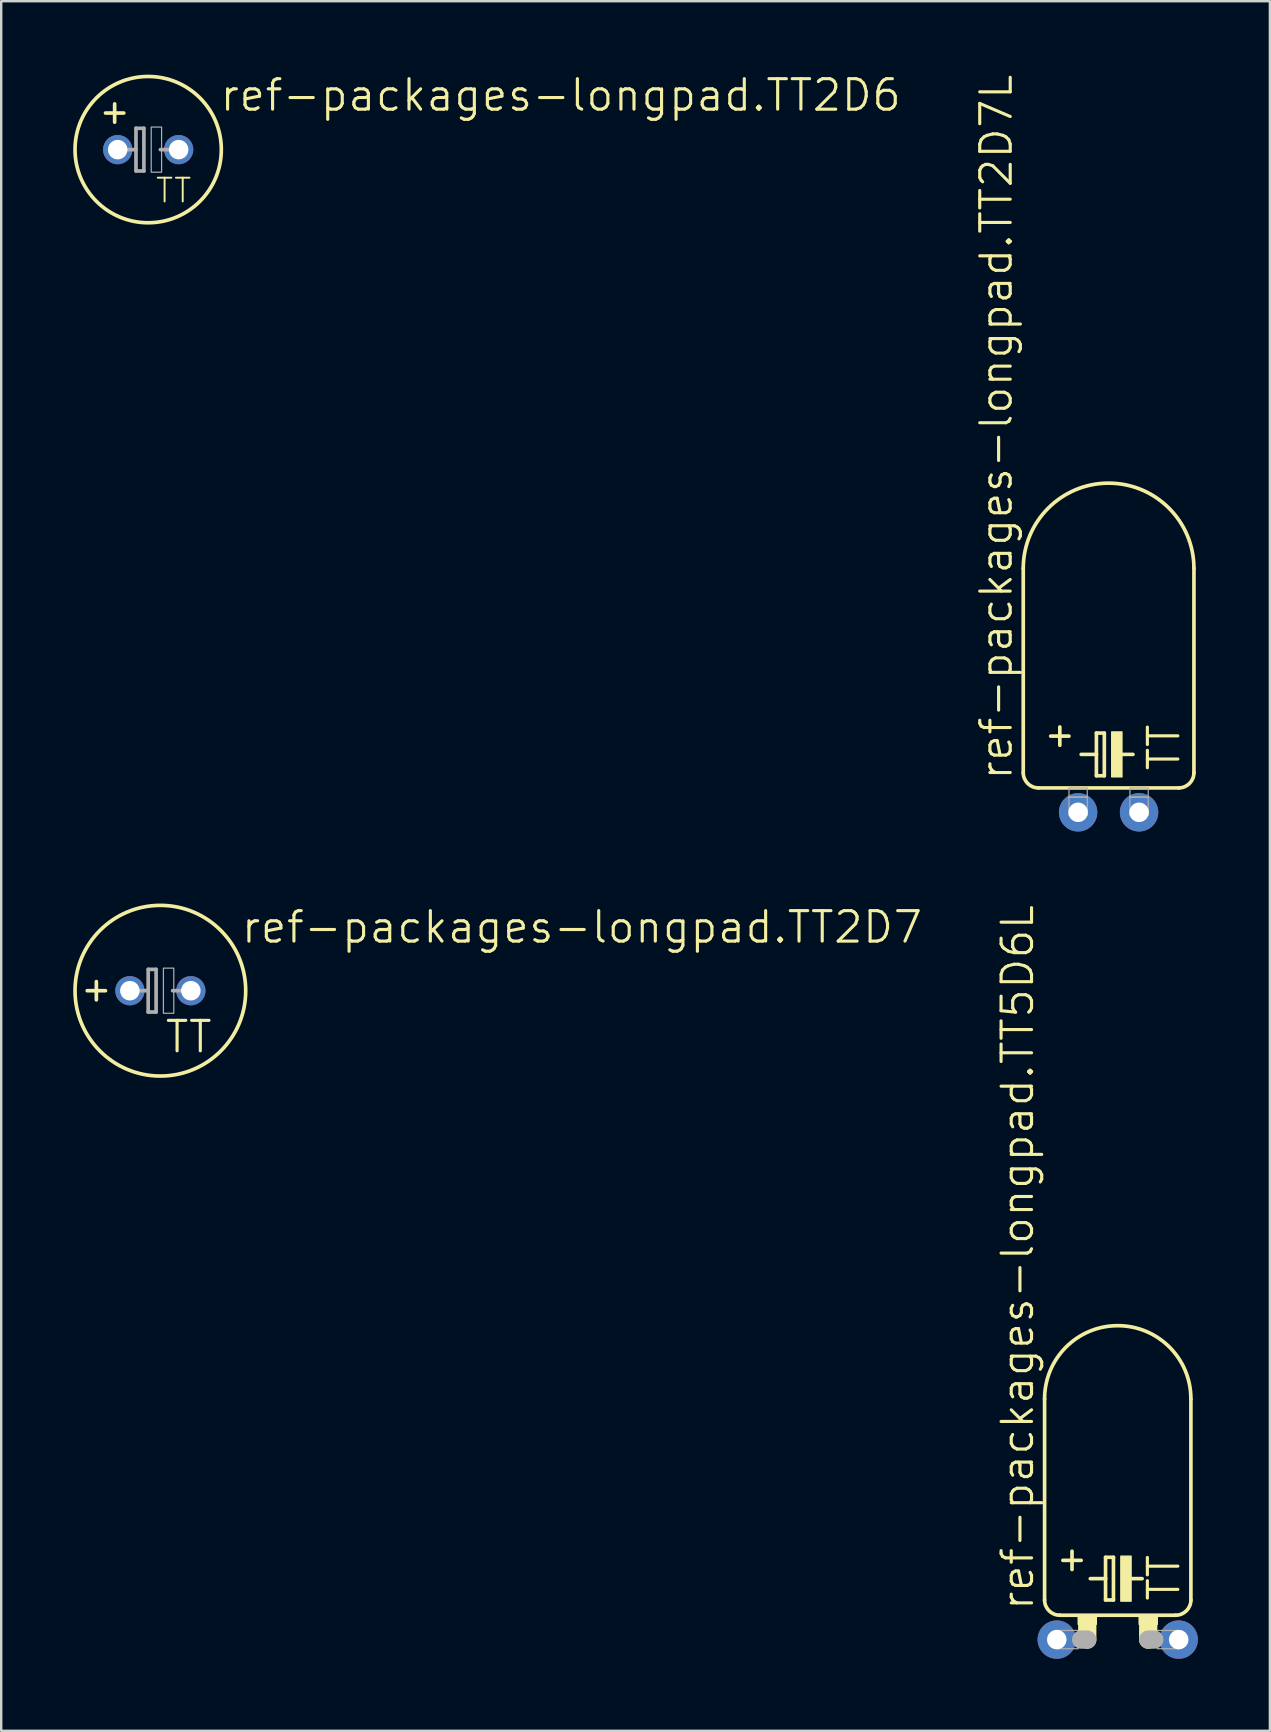
<source format=kicad_pcb>
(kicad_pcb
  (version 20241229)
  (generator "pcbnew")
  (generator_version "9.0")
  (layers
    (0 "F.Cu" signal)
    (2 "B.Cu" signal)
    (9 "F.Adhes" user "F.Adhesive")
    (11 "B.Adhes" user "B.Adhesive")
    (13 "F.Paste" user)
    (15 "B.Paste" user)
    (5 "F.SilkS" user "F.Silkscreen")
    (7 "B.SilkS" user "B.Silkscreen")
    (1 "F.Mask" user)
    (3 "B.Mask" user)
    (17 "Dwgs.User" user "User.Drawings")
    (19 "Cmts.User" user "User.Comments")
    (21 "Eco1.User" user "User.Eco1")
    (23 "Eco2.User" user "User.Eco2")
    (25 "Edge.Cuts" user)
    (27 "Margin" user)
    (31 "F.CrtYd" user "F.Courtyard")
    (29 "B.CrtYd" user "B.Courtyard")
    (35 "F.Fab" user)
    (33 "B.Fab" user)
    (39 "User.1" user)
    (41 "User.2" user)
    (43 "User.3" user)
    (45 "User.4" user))
  (footprint "ref-packages-longpad.TT2D6"
    (layer "F.Cu")
    (at 3.124 3.184)
    (property "Reference" "ref-packages-longpad.TT2D6" (at 2.921 -1.524 0) (layer "F.SilkS") (effects (font (size 1.27 1.27) (thickness 0.13)) (justify left bottom)))
    (attr through_hole)
    (fp_line (start -1.778 -1.524) (end -1.016 -1.524) (stroke (width 0.152) (type default)) (layer "F.SilkS"))
    (fp_line (start -1.397 -1.143) (end -1.397 -1.905) (stroke (width 0.152) (type default)) (layer "F.SilkS"))
    (fp_circle (center 0 0) (end 3.048 0) (stroke (width 0.152) (type default)) (fill no) (layer "F.SilkS"))
    (fp_line (start -1.016 0) (end -0.508 0) (stroke (width 0.152) (type default)) (layer "F.Fab"))
    (fp_line (start -0.508 -0.889) (end -0.508 0) (stroke (width 0.152) (type default)) (layer "F.Fab"))
    (fp_line (start -0.508 0) (end -0.508 0.889) (stroke (width 0.152) (type default)) (layer "F.Fab"))
    (fp_line (start -0.508 0.889) (end -0.178 0.889) (stroke (width 0.152) (type default)) (layer "F.Fab"))
    (fp_line (start -0.178 -0.889) (end -0.508 -0.889) (stroke (width 0.152) (type default)) (layer "F.Fab"))
    (fp_line (start -0.178 0.889) (end -0.178 -0.889) (stroke (width 0.152) (type default)) (layer "F.Fab"))
    (fp_line (start 0.508 0) (end 1.016 0) (stroke (width 0.152) (type default)) (layer "F.Fab"))
    (fp_rect (start 0.127 0.94) (end 0.559 -0.94) (stroke (width 0.05) (type default)) (fill no) (layer "F.Fab"))
    (fp_text user "TT" (at 0.254 2.286 0) (layer "F.SilkS") (effects (font (size 0.991 0.991) (thickness 0.08)) (justify left bottom)))
    (pad "+" thru_hole circle (at -1.27 0) (size 1.219 1.219) (drill 0.813) (layers "*.Cu" "*.Mask"))
    (pad "-" thru_hole circle (at 1.27 0) (size 1.219 1.219) (drill 0.813) (layers "*.Cu" "*.Mask")))
  (footprint "ref-packages-longpad.TT2D7"
    (layer "F.Cu")
    (at 3.632 38.23)
    (property "Reference" "ref-packages-longpad.TT2D7" (at 3.302 -1.905 0) (layer "F.SilkS") (effects (font (size 1.27 1.27) (thickness 0.13)) (justify left bottom)))
    (attr through_hole)
    (fp_line (start -2.667 0.381) (end -2.667 -0.381) (stroke (width 0.152) (type default)) (layer "F.SilkS"))
    (fp_line (start -2.286 0) (end -3.048 0) (stroke (width 0.152) (type default)) (layer "F.SilkS"))
    (fp_circle (center 0 0) (end 3.556 0) (stroke (width 0.152) (type default)) (fill no) (layer "F.SilkS"))
    (fp_line (start -1.016 0) (end -0.508 0) (stroke (width 0.152) (type default)) (layer "F.Fab"))
    (fp_line (start -0.508 -0.889) (end -0.508 0) (stroke (width 0.152) (type default)) (layer "F.Fab"))
    (fp_line (start -0.508 0) (end -0.508 0.889) (stroke (width 0.152) (type default)) (layer "F.Fab"))
    (fp_line (start -0.508 0.889) (end -0.178 0.889) (stroke (width 0.152) (type default)) (layer "F.Fab"))
    (fp_line (start -0.178 -0.889) (end -0.508 -0.889) (stroke (width 0.152) (type default)) (layer "F.Fab"))
    (fp_line (start -0.178 0.889) (end -0.178 -0.889) (stroke (width 0.152) (type default)) (layer "F.Fab"))
    (fp_line (start 0.508 0) (end 1.016 0) (stroke (width 0.152) (type default)) (layer "F.Fab"))
    (fp_rect (start 0.127 0.94) (end 0.559 -0.94) (stroke (width 0.05) (type default)) (fill no) (layer "F.Fab"))
    (fp_text user "TT" (at 0.127 2.667 0) (layer "F.SilkS") (effects (font (size 1.27 1.27) (thickness 0.13)) (justify left bottom)))
    (pad "+" thru_hole circle (at -1.27 0) (size 1.219 1.219) (drill 0.813) (layers "*.Cu" "*.Mask"))
    (pad "-" thru_hole circle (at 1.27 0) (size 1.219 1.219) (drill 0.813) (layers "*.Cu" "*.Mask")))
  (footprint "ref-packages-longpad.TT5D6L"
    (layer "F.Cu")
    (at 43.523 65.268)
    (property "Reference" "ref-packages-longpad.TT5D6L" (at -3.429 -1.143 90) (layer "F.SilkS") (effects (font (size 1.27 1.27) (thickness 0.13)) (justify left bottom)))
    (attr through_hole)
    (fp_line (start -3.048 -10.033) (end -3.048 -1.651) (stroke (width 0.152) (type default)) (layer "F.SilkS"))
    (fp_line (start -2.413 -1.016) (end 2.413 -1.016) (stroke (width 0.152) (type default)) (layer "F.SilkS"))
    (fp_line (start -2.286 -3.302) (end -1.524 -3.302) (stroke (width 0.152) (type default)) (layer "F.SilkS"))
    (fp_line (start -1.905 -2.921) (end -1.905 -3.683) (stroke (width 0.152) (type default)) (layer "F.SilkS"))
    (fp_line (start -1.27 -0.635) (end -1.27 0) (stroke (width 0.762) (type default)) (layer "F.SilkS"))
    (fp_line (start -1.143 -2.54) (end -0.508 -2.54) (stroke (width 0.152) (type default)) (layer "F.SilkS"))
    (fp_line (start -0.508 -3.429) (end -0.508 -2.54) (stroke (width 0.152) (type default)) (layer "F.SilkS"))
    (fp_line (start -0.508 -2.54) (end -0.508 -1.651) (stroke (width 0.152) (type default)) (layer "F.SilkS"))
    (fp_line (start -0.508 -1.651) (end -0.178 -1.651) (stroke (width 0.152) (type default)) (layer "F.SilkS"))
    (fp_line (start -0.178 -3.429) (end -0.508 -3.429) (stroke (width 0.152) (type default)) (layer "F.SilkS"))
    (fp_line (start -0.178 -1.651) (end -0.178 -3.429) (stroke (width 0.152) (type default)) (layer "F.SilkS"))
    (fp_line (start 0.508 -2.54) (end 1.016 -2.54) (stroke (width 0.152) (type default)) (layer "F.SilkS"))
    (fp_line (start 1.27 -0.635) (end 1.27 0) (stroke (width 0.762) (type default)) (layer "F.SilkS"))
    (fp_line (start 3.048 -10.033) (end 3.048 -1.651) (stroke (width 0.152) (type default)) (layer "F.SilkS"))
    (fp_rect (start -1.651 -0.635) (end -0.889 -1.016) (stroke (width 0.05) (type default)) (fill yes) (layer "F.SilkS"))
    (fp_rect (start 0.127 -1.6) (end 0.559 -3.48) (stroke (width 0.05) (type default)) (fill yes) (layer "F.SilkS"))
    (fp_rect (start 0.889 -0.635) (end 1.651 -1.016) (stroke (width 0.05) (type default)) (fill yes) (layer "F.SilkS"))
    (fp_arc (start -3.048 -10.033) (mid 0 -13.081) (end 3.048 -10.033) (stroke (width 0.1524) (type default)) (layer "F.SilkS"))
    (fp_arc (start -2.413 -1.016) (mid -2.862013 -1.201987) (end -3.048 -1.651) (stroke (width 0.1524) (type default)) (layer "F.SilkS"))
    (fp_arc (start 3.048 -1.651) (mid 2.862013 -1.201987) (end 2.413 -1.016) (stroke (width 0.1524) (type default)) (layer "F.SilkS"))
    (fp_line (start -1.524 0) (end -1.27 0) (stroke (width 0.762) (type default)) (layer "F.Fab"))
    (fp_line (start 1.524 0) (end 1.27 0) (stroke (width 0.762) (type default)) (layer "F.Fab"))
    (fp_rect (start -2.54 0.381) (end -1.651 -0.381) (stroke (width 0.05) (type default)) (fill no) (layer "F.Fab"))
    (fp_rect (start 1.651 0.381) (end 2.54 -0.381) (stroke (width 0.05) (type default)) (fill no) (layer "F.Fab"))
    (fp_text user "TT" (at 2.667 -1.524 90) (layer "F.SilkS") (effects (font (size 1.27 1.27) (thickness 0.13)) (justify left bottom)))
    (pad "+" thru_hole circle (at -2.54 0) (size 1.6 1.6) (drill 0.813) (layers "*.Cu" "*.Mask"))
    (pad "-" thru_hole circle (at 2.54 0) (size 1.6 1.6) (drill 0.813) (layers "*.Cu" "*.Mask")))
  (footprint "ref-packages-longpad.TT2D7L"
    (layer "F.Cu")
    (at 43.142 30.797)
    (property "Reference" "ref-packages-longpad.TT2D7L" (at -3.937 -1.27 90) (layer "F.SilkS") (effects (font (size 1.27 1.27) (thickness 0.13)) (justify left bottom)))
    (attr through_hole)
    (fp_line (start -3.556 -10.16) (end -3.556 -1.651) (stroke (width 0.152) (type default)) (layer "F.SilkS"))
    (fp_line (start -2.921 -1.016) (end 2.921 -1.016) (stroke (width 0.152) (type default)) (layer "F.SilkS"))
    (fp_line (start -2.413 -3.175) (end -1.651 -3.175) (stroke (width 0.152) (type default)) (layer "F.SilkS"))
    (fp_line (start -2.032 -2.794) (end -2.032 -3.556) (stroke (width 0.152) (type default)) (layer "F.SilkS"))
    (fp_line (start -1.143 -2.413) (end -0.508 -2.413) (stroke (width 0.152) (type default)) (layer "F.SilkS"))
    (fp_line (start -0.508 -3.302) (end -0.508 -2.413) (stroke (width 0.152) (type default)) (layer "F.SilkS"))
    (fp_line (start -0.508 -2.413) (end -0.508 -1.524) (stroke (width 0.152) (type default)) (layer "F.SilkS"))
    (fp_line (start -0.508 -1.524) (end -0.178 -1.524) (stroke (width 0.152) (type default)) (layer "F.SilkS"))
    (fp_line (start -0.178 -3.302) (end -0.508 -3.302) (stroke (width 0.152) (type default)) (layer "F.SilkS"))
    (fp_line (start -0.178 -1.524) (end -0.178 -3.302) (stroke (width 0.152) (type default)) (layer "F.SilkS"))
    (fp_line (start 0.508 -2.413) (end 1.016 -2.413) (stroke (width 0.152) (type default)) (layer "F.SilkS"))
    (fp_line (start 3.556 -10.16) (end 3.556 -1.651) (stroke (width 0.152) (type default)) (layer "F.SilkS"))
    (fp_rect (start 0.127 -1.473) (end 0.559 -3.353) (stroke (width 0.05) (type default)) (fill yes) (layer "F.SilkS"))
    (fp_arc (start -3.556 -10.16) (mid 0 -13.716) (end 3.556 -10.16) (stroke (width 0.1524) (type default)) (layer "F.SilkS"))
    (fp_arc (start -2.921 -1.016) (mid -3.370013 -1.201987) (end -3.556 -1.651) (stroke (width 0.1524) (type default)) (layer "F.SilkS"))
    (fp_arc (start 3.556 -1.651) (mid 3.370013 -1.201987) (end 2.921 -1.016) (stroke (width 0.1524) (type default)) (layer "F.SilkS"))
    (fp_rect (start -1.651 -0.635) (end -0.889 -1.016) (stroke (width 0.05) (type default)) (fill no) (layer "F.Fab"))
    (fp_rect (start -1.651 0.127) (end -0.889 -0.635) (stroke (width 0.05) (type default)) (fill no) (layer "F.Fab"))
    (fp_rect (start 0.889 -0.635) (end 1.651 -1.016) (stroke (width 0.05) (type default)) (fill no) (layer "F.Fab"))
    (fp_rect (start 0.889 0.127) (end 1.651 -0.635) (stroke (width 0.05) (type default)) (fill no) (layer "F.Fab"))
    (fp_text user "TT" (at 3.048 -1.651 90) (layer "F.SilkS") (effects (font (size 1.27 1.27) (thickness 0.13)) (justify left bottom)))
    (pad "+" thru_hole circle (at -1.27 0) (size 1.6 1.6) (drill 0.813) (layers "*.Cu" "*.Mask"))
    (pad "-" thru_hole circle (at 1.27 0) (size 1.6 1.6) (drill 0.813) (layers "*.Cu" "*.Mask")))
  (gr_rect
    (start -3 -3)
    (end 49.863 69.068)
    (stroke (width 0.1) (type default))
    (fill no)
    (layer "Edge.Cuts")))
</source>
